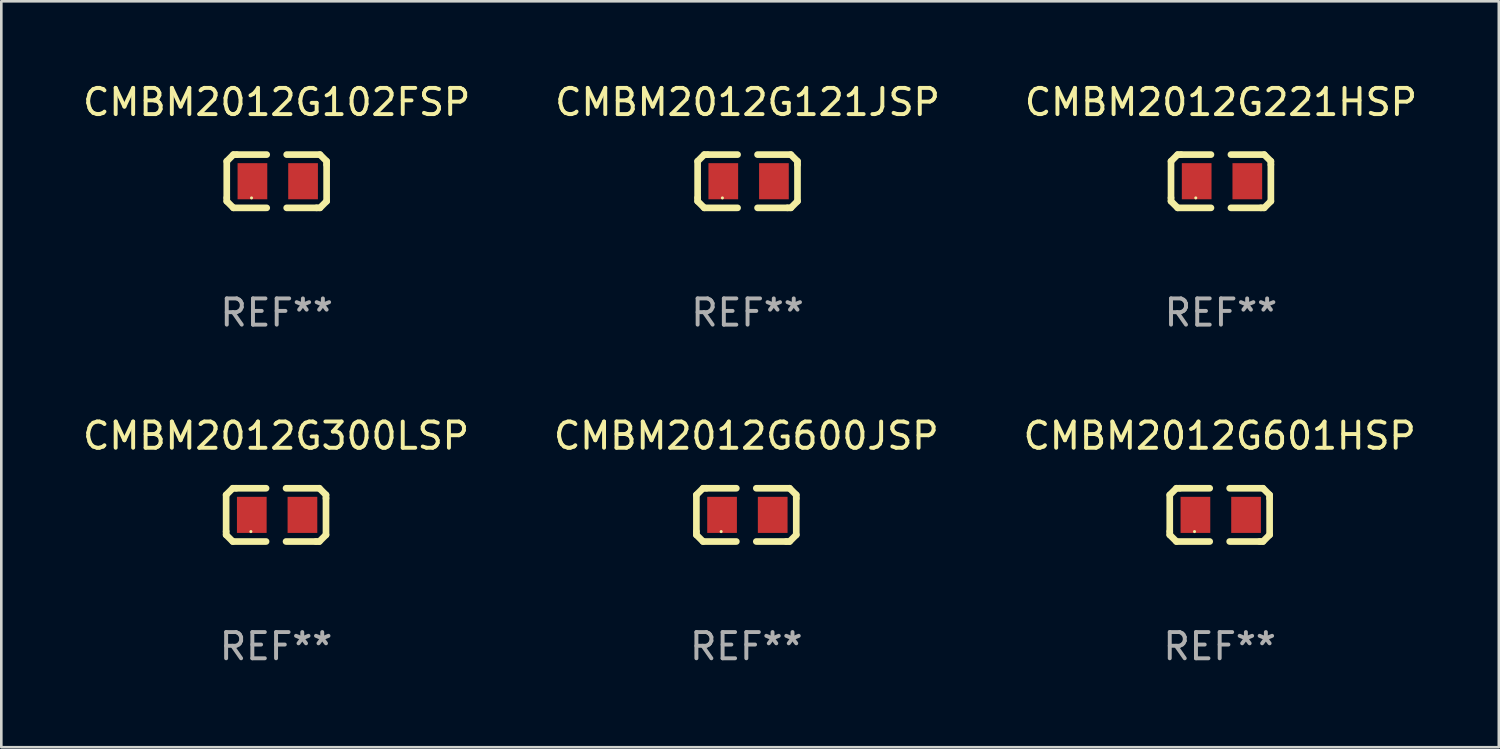
<source format=kicad_pcb>
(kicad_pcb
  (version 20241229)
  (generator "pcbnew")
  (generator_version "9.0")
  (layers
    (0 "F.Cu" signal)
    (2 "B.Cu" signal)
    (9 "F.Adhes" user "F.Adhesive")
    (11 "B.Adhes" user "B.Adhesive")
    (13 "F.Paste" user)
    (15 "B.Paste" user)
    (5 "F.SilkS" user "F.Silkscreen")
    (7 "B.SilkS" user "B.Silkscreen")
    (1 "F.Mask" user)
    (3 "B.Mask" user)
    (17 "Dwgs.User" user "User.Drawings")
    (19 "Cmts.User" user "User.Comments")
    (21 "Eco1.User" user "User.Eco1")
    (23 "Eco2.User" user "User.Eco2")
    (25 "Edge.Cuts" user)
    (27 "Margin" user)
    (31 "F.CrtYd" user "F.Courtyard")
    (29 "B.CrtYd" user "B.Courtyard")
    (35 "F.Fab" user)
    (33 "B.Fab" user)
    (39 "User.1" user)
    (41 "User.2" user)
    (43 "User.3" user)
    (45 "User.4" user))
  (footprint "CMBM2012G601HSP"
    (layer "F.Cu")
    (at 43.482 16.593)
    (property "Reference" "CMBM2012G601HSP" (at 0 -3.016 0) (layer "F.SilkS") (effects (font (size 1 1) (thickness 0.15))))
    (attr through_hole)
    (fp_line (start -1.905 -0.762) (end -1.905 0.635) (stroke (width 0.254) (type solid)) (layer "F.SilkS"))
    (fp_line (start -1.905 0.635) (end -1.905 0.762) (stroke (width 0.254) (type solid)) (layer "F.SilkS"))
    (fp_line (start -1.905 0.762) (end -1.651 1.016) (stroke (width 0.254) (type solid)) (layer "F.SilkS"))
    (fp_line (start -1.651 -1.016) (end -1.905 -0.762) (stroke (width 0.254) (type solid)) (layer "F.SilkS"))
    (fp_line (start -1.651 1.016) (end -0.381 1.016) (stroke (width 0.254) (type solid)) (layer "F.SilkS"))
    (fp_line (start -1.524 -1.016) (end -1.651 -1.016) (stroke (width 0.254) (type solid)) (layer "F.SilkS"))
    (fp_line (start -0.381 -1.016) (end -1.524 -1.016) (stroke (width 0.254) (type solid)) (layer "F.SilkS"))
    (fp_line (start 0.381 1.016) (end 1.524 1.016) (stroke (width 0.254) (type solid)) (layer "F.SilkS"))
    (fp_line (start 1.524 1.016) (end 1.651 1.016) (stroke (width 0.254) (type solid)) (layer "F.SilkS"))
    (fp_line (start 1.651 -1.016) (end 0.381 -1.016) (stroke (width 0.254) (type solid)) (layer "F.SilkS"))
    (fp_line (start 1.651 1.016) (end 1.905 0.762) (stroke (width 0.254) (type solid)) (layer "F.SilkS"))
    (fp_line (start 1.905 -0.762) (end 1.651 -1.016) (stroke (width 0.254) (type solid)) (layer "F.SilkS"))
    (fp_line (start 1.905 -0.635) (end 1.905 -0.762) (stroke (width 0.254) (type solid)) (layer "F.SilkS"))
    (fp_line (start 1.905 0.762) (end 1.905 -0.635) (stroke (width 0.254) (type solid)) (layer "F.SilkS"))
    (fp_circle (center -0.96 0.637) (end -0.93 0.637) (stroke (width 0.06) (type solid)) (fill no) (layer "F.SilkS"))
    (fp_text user "REF**" (at 0 5.016 0) (layer "F.Fab") (effects (font (size 1 1) (thickness 0.15))))
    (pad "1" smd rect (at -0.926 -0.000051) (size 1.133 1.377) (layers "F.Cu" "F.Mask" "F.Paste"))
    (pad "2" smd rect (at 1.006 -0.000051) (size 1.133 1.377) (layers "F.Cu" "F.Mask" "F.Paste")))
  (footprint "CMBM2012G102FSP"
    (layer "F.Cu")
    (at 7.506 3.864)
    (property "Reference" "CMBM2012G102FSP" (at 0 -3.016 0) (layer "F.SilkS") (effects (font (size 1 1) (thickness 0.15))))
    (attr through_hole)
    (fp_line (start -1.905 -0.762) (end -1.905 0.635) (stroke (width 0.254) (type solid)) (layer "F.SilkS"))
    (fp_line (start -1.905 0.635) (end -1.905 0.762) (stroke (width 0.254) (type solid)) (layer "F.SilkS"))
    (fp_line (start -1.905 0.762) (end -1.651 1.016) (stroke (width 0.254) (type solid)) (layer "F.SilkS"))
    (fp_line (start -1.651 -1.016) (end -1.905 -0.762) (stroke (width 0.254) (type solid)) (layer "F.SilkS"))
    (fp_line (start -1.651 1.016) (end -0.381 1.016) (stroke (width 0.254) (type solid)) (layer "F.SilkS"))
    (fp_line (start -1.524 -1.016) (end -1.651 -1.016) (stroke (width 0.254) (type solid)) (layer "F.SilkS"))
    (fp_line (start -0.381 -1.016) (end -1.524 -1.016) (stroke (width 0.254) (type solid)) (layer "F.SilkS"))
    (fp_line (start 0.381 1.016) (end 1.524 1.016) (stroke (width 0.254) (type solid)) (layer "F.SilkS"))
    (fp_line (start 1.524 1.016) (end 1.651 1.016) (stroke (width 0.254) (type solid)) (layer "F.SilkS"))
    (fp_line (start 1.651 -1.016) (end 0.381 -1.016) (stroke (width 0.254) (type solid)) (layer "F.SilkS"))
    (fp_line (start 1.651 1.016) (end 1.905 0.762) (stroke (width 0.254) (type solid)) (layer "F.SilkS"))
    (fp_line (start 1.905 -0.762) (end 1.651 -1.016) (stroke (width 0.254) (type solid)) (layer "F.SilkS"))
    (fp_line (start 1.905 -0.635) (end 1.905 -0.762) (stroke (width 0.254) (type solid)) (layer "F.SilkS"))
    (fp_line (start 1.905 0.762) (end 1.905 -0.635) (stroke (width 0.254) (type solid)) (layer "F.SilkS"))
    (fp_circle (center -0.96 0.637) (end -0.93 0.637) (stroke (width 0.06) (type solid)) (fill no) (layer "F.SilkS"))
    (fp_text user "REF**" (at 0 5.016 0) (layer "F.Fab") (effects (font (size 1 1) (thickness 0.15))))
    (pad "1" smd rect (at -0.926 -0.000051) (size 1.133 1.377) (layers "F.Cu" "F.Mask" "F.Paste"))
    (pad "2" smd rect (at 1.006 -0.000051) (size 1.133 1.377) (layers "F.Cu" "F.Mask" "F.Paste")))
  (footprint "CMBM2012G300LSP"
    (layer "F.Cu")
    (at 7.482 16.593)
    (property "Reference" "CMBM2012G300LSP" (at 0 -3.016 0) (layer "F.SilkS") (effects (font (size 1 1) (thickness 0.15))))
    (attr through_hole)
    (fp_line (start -1.905 -0.762) (end -1.905 0.635) (stroke (width 0.254) (type solid)) (layer "F.SilkS"))
    (fp_line (start -1.905 0.635) (end -1.905 0.762) (stroke (width 0.254) (type solid)) (layer "F.SilkS"))
    (fp_line (start -1.905 0.762) (end -1.651 1.016) (stroke (width 0.254) (type solid)) (layer "F.SilkS"))
    (fp_line (start -1.651 -1.016) (end -1.905 -0.762) (stroke (width 0.254) (type solid)) (layer "F.SilkS"))
    (fp_line (start -1.651 1.016) (end -0.381 1.016) (stroke (width 0.254) (type solid)) (layer "F.SilkS"))
    (fp_line (start -1.524 -1.016) (end -1.651 -1.016) (stroke (width 0.254) (type solid)) (layer "F.SilkS"))
    (fp_line (start -0.381 -1.016) (end -1.524 -1.016) (stroke (width 0.254) (type solid)) (layer "F.SilkS"))
    (fp_line (start 0.381 1.016) (end 1.524 1.016) (stroke (width 0.254) (type solid)) (layer "F.SilkS"))
    (fp_line (start 1.524 1.016) (end 1.651 1.016) (stroke (width 0.254) (type solid)) (layer "F.SilkS"))
    (fp_line (start 1.651 -1.016) (end 0.381 -1.016) (stroke (width 0.254) (type solid)) (layer "F.SilkS"))
    (fp_line (start 1.651 1.016) (end 1.905 0.762) (stroke (width 0.254) (type solid)) (layer "F.SilkS"))
    (fp_line (start 1.905 -0.762) (end 1.651 -1.016) (stroke (width 0.254) (type solid)) (layer "F.SilkS"))
    (fp_line (start 1.905 -0.635) (end 1.905 -0.762) (stroke (width 0.254) (type solid)) (layer "F.SilkS"))
    (fp_line (start 1.905 0.762) (end 1.905 -0.635) (stroke (width 0.254) (type solid)) (layer "F.SilkS"))
    (fp_circle (center -0.96 0.637) (end -0.93 0.637) (stroke (width 0.06) (type solid)) (fill no) (layer "F.SilkS"))
    (fp_text user "REF**" (at 0 5.016 0) (layer "F.Fab") (effects (font (size 1 1) (thickness 0.15))))
    (pad "1" smd rect (at -0.926 -0.000051) (size 1.133 1.377) (layers "F.Cu" "F.Mask" "F.Paste"))
    (pad "2" smd rect (at 1.006 -0.000051) (size 1.133 1.377) (layers "F.Cu" "F.Mask" "F.Paste")))
  (footprint "CMBM2012G221HSP"
    (layer "F.Cu")
    (at 43.53 3.864)
    (property "Reference" "CMBM2012G221HSP" (at 0 -3.016 0) (layer "F.SilkS") (effects (font (size 1 1) (thickness 0.15))))
    (attr through_hole)
    (fp_line (start -1.905 -0.762) (end -1.905 0.635) (stroke (width 0.254) (type solid)) (layer "F.SilkS"))
    (fp_line (start -1.905 0.635) (end -1.905 0.762) (stroke (width 0.254) (type solid)) (layer "F.SilkS"))
    (fp_line (start -1.905 0.762) (end -1.651 1.016) (stroke (width 0.254) (type solid)) (layer "F.SilkS"))
    (fp_line (start -1.651 -1.016) (end -1.905 -0.762) (stroke (width 0.254) (type solid)) (layer "F.SilkS"))
    (fp_line (start -1.651 1.016) (end -0.381 1.016) (stroke (width 0.254) (type solid)) (layer "F.SilkS"))
    (fp_line (start -1.524 -1.016) (end -1.651 -1.016) (stroke (width 0.254) (type solid)) (layer "F.SilkS"))
    (fp_line (start -0.381 -1.016) (end -1.524 -1.016) (stroke (width 0.254) (type solid)) (layer "F.SilkS"))
    (fp_line (start 0.381 1.016) (end 1.524 1.016) (stroke (width 0.254) (type solid)) (layer "F.SilkS"))
    (fp_line (start 1.524 1.016) (end 1.651 1.016) (stroke (width 0.254) (type solid)) (layer "F.SilkS"))
    (fp_line (start 1.651 -1.016) (end 0.381 -1.016) (stroke (width 0.254) (type solid)) (layer "F.SilkS"))
    (fp_line (start 1.651 1.016) (end 1.905 0.762) (stroke (width 0.254) (type solid)) (layer "F.SilkS"))
    (fp_line (start 1.905 -0.762) (end 1.651 -1.016) (stroke (width 0.254) (type solid)) (layer "F.SilkS"))
    (fp_line (start 1.905 -0.635) (end 1.905 -0.762) (stroke (width 0.254) (type solid)) (layer "F.SilkS"))
    (fp_line (start 1.905 0.762) (end 1.905 -0.635) (stroke (width 0.254) (type solid)) (layer "F.SilkS"))
    (fp_circle (center -0.96 0.637) (end -0.93 0.637) (stroke (width 0.06) (type solid)) (fill no) (layer "F.SilkS"))
    (fp_text user "REF**" (at 0 5.016 0) (layer "F.Fab") (effects (font (size 1 1) (thickness 0.15))))
    (pad "1" smd rect (at -0.926 -0.000051) (size 1.133 1.377) (layers "F.Cu" "F.Mask" "F.Paste"))
    (pad "2" smd rect (at 1.006 -0.000051) (size 1.133 1.377) (layers "F.Cu" "F.Mask" "F.Paste")))
  (footprint "CMBM2012G121JSP"
    (layer "F.Cu")
    (at 25.47 3.864)
    (property "Reference" "CMBM2012G121JSP" (at 0 -3.016 0) (layer "F.SilkS") (effects (font (size 1 1) (thickness 0.15))))
    (attr through_hole)
    (fp_line (start -1.905 -0.762) (end -1.905 0.635) (stroke (width 0.254) (type solid)) (layer "F.SilkS"))
    (fp_line (start -1.905 0.635) (end -1.905 0.762) (stroke (width 0.254) (type solid)) (layer "F.SilkS"))
    (fp_line (start -1.905 0.762) (end -1.651 1.016) (stroke (width 0.254) (type solid)) (layer "F.SilkS"))
    (fp_line (start -1.651 -1.016) (end -1.905 -0.762) (stroke (width 0.254) (type solid)) (layer "F.SilkS"))
    (fp_line (start -1.651 1.016) (end -0.381 1.016) (stroke (width 0.254) (type solid)) (layer "F.SilkS"))
    (fp_line (start -1.524 -1.016) (end -1.651 -1.016) (stroke (width 0.254) (type solid)) (layer "F.SilkS"))
    (fp_line (start -0.381 -1.016) (end -1.524 -1.016) (stroke (width 0.254) (type solid)) (layer "F.SilkS"))
    (fp_line (start 0.381 1.016) (end 1.524 1.016) (stroke (width 0.254) (type solid)) (layer "F.SilkS"))
    (fp_line (start 1.524 1.016) (end 1.651 1.016) (stroke (width 0.254) (type solid)) (layer "F.SilkS"))
    (fp_line (start 1.651 -1.016) (end 0.381 -1.016) (stroke (width 0.254) (type solid)) (layer "F.SilkS"))
    (fp_line (start 1.651 1.016) (end 1.905 0.762) (stroke (width 0.254) (type solid)) (layer "F.SilkS"))
    (fp_line (start 1.905 -0.762) (end 1.651 -1.016) (stroke (width 0.254) (type solid)) (layer "F.SilkS"))
    (fp_line (start 1.905 -0.635) (end 1.905 -0.762) (stroke (width 0.254) (type solid)) (layer "F.SilkS"))
    (fp_line (start 1.905 0.762) (end 1.905 -0.635) (stroke (width 0.254) (type solid)) (layer "F.SilkS"))
    (fp_circle (center -0.96 0.637) (end -0.93 0.637) (stroke (width 0.06) (type solid)) (fill no) (layer "F.SilkS"))
    (fp_text user "REF**" (at 0 5.016 0) (layer "F.Fab") (effects (font (size 1 1) (thickness 0.15))))
    (pad "1" smd rect (at -0.926 -0.000051) (size 1.133 1.377) (layers "F.Cu" "F.Mask" "F.Paste"))
    (pad "2" smd rect (at 1.006 -0.000051) (size 1.133 1.377) (layers "F.Cu" "F.Mask" "F.Paste")))
  (footprint "CMBM2012G600JSP"
    (layer "F.Cu")
    (at 25.423 16.593)
    (property "Reference" "CMBM2012G600JSP" (at 0 -3.016 0) (layer "F.SilkS") (effects (font (size 1 1) (thickness 0.15))))
    (attr through_hole)
    (fp_line (start -1.905 -0.762) (end -1.905 0.635) (stroke (width 0.254) (type solid)) (layer "F.SilkS"))
    (fp_line (start -1.905 0.635) (end -1.905 0.762) (stroke (width 0.254) (type solid)) (layer "F.SilkS"))
    (fp_line (start -1.905 0.762) (end -1.651 1.016) (stroke (width 0.254) (type solid)) (layer "F.SilkS"))
    (fp_line (start -1.651 -1.016) (end -1.905 -0.762) (stroke (width 0.254) (type solid)) (layer "F.SilkS"))
    (fp_line (start -1.651 1.016) (end -0.381 1.016) (stroke (width 0.254) (type solid)) (layer "F.SilkS"))
    (fp_line (start -1.524 -1.016) (end -1.651 -1.016) (stroke (width 0.254) (type solid)) (layer "F.SilkS"))
    (fp_line (start -0.381 -1.016) (end -1.524 -1.016) (stroke (width 0.254) (type solid)) (layer "F.SilkS"))
    (fp_line (start 0.381 1.016) (end 1.524 1.016) (stroke (width 0.254) (type solid)) (layer "F.SilkS"))
    (fp_line (start 1.524 1.016) (end 1.651 1.016) (stroke (width 0.254) (type solid)) (layer "F.SilkS"))
    (fp_line (start 1.651 -1.016) (end 0.381 -1.016) (stroke (width 0.254) (type solid)) (layer "F.SilkS"))
    (fp_line (start 1.651 1.016) (end 1.905 0.762) (stroke (width 0.254) (type solid)) (layer "F.SilkS"))
    (fp_line (start 1.905 -0.762) (end 1.651 -1.016) (stroke (width 0.254) (type solid)) (layer "F.SilkS"))
    (fp_line (start 1.905 -0.635) (end 1.905 -0.762) (stroke (width 0.254) (type solid)) (layer "F.SilkS"))
    (fp_line (start 1.905 0.762) (end 1.905 -0.635) (stroke (width 0.254) (type solid)) (layer "F.SilkS"))
    (fp_circle (center -0.96 0.637) (end -0.93 0.637) (stroke (width 0.06) (type solid)) (fill no) (layer "F.SilkS"))
    (fp_text user "REF**" (at 0 5.016 0) (layer "F.Fab") (effects (font (size 1 1) (thickness 0.15))))
    (pad "1" smd rect (at -0.926 -0.000051) (size 1.133 1.377) (layers "F.Cu" "F.Mask" "F.Paste"))
    (pad "2" smd rect (at 1.006 -0.000051) (size 1.133 1.377) (layers "F.Cu" "F.Mask" "F.Paste")))
  (gr_rect
    (start -3 -3)
    (end 54.131 25.457)
    (stroke (width 0.1) (type default))
    (fill no)
    (layer "Edge.Cuts")))
</source>
